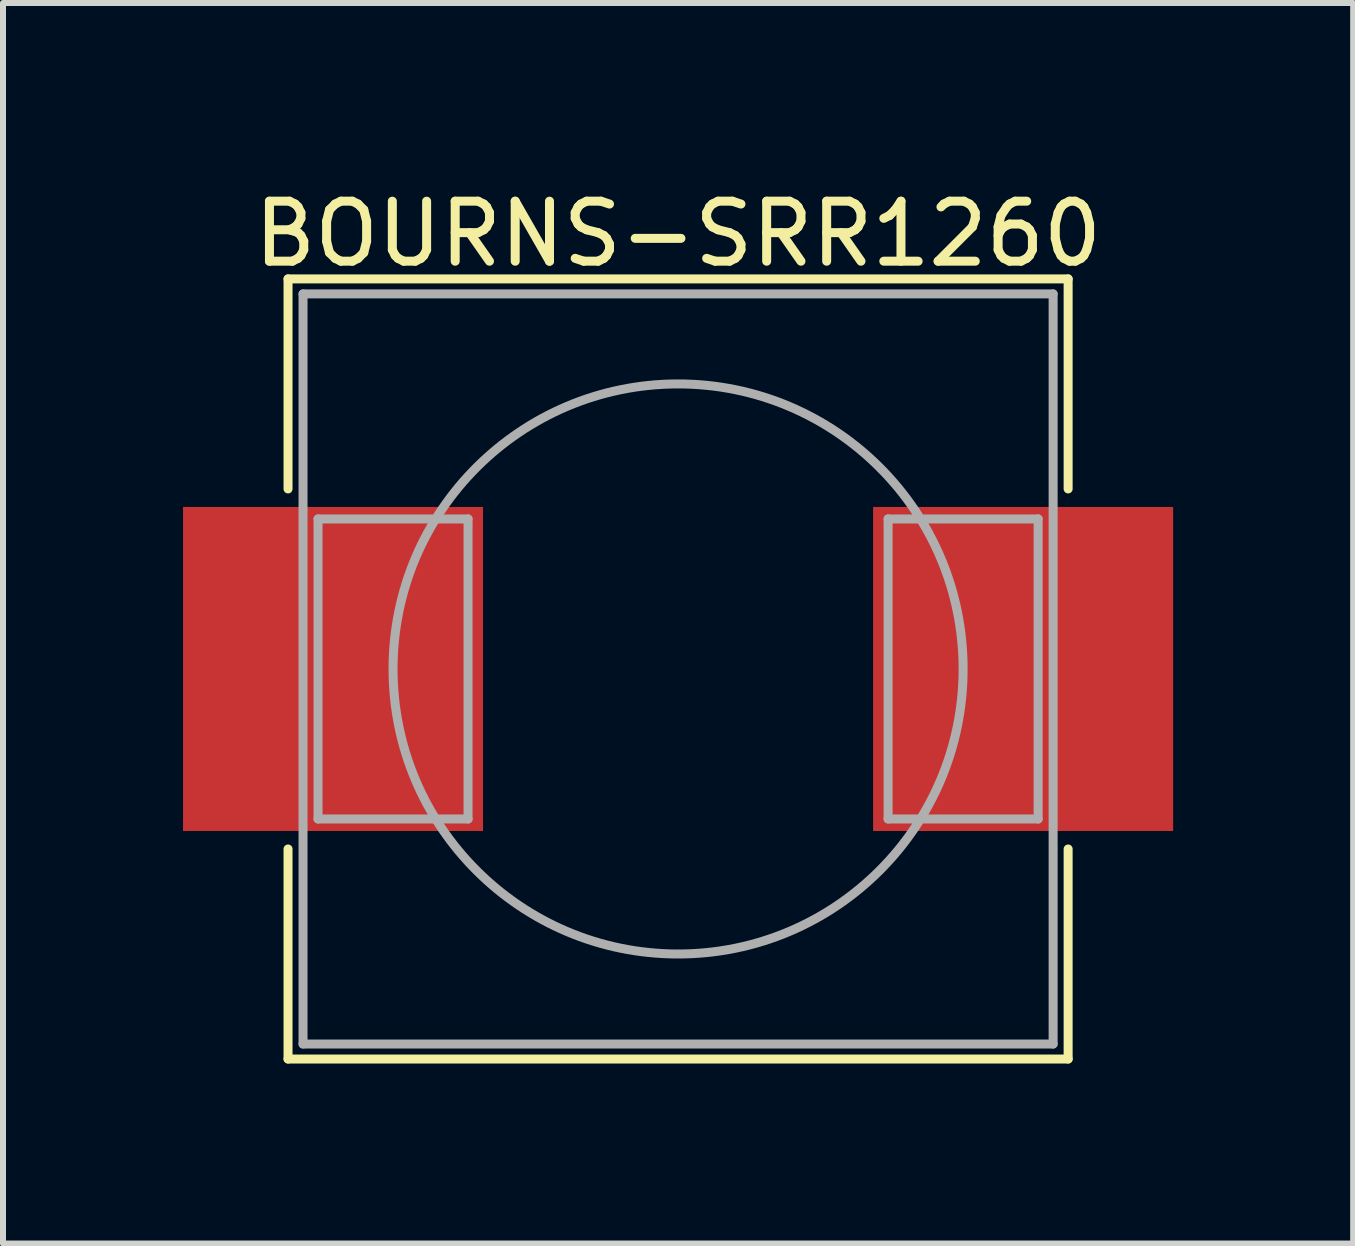
<source format=kicad_pcb>
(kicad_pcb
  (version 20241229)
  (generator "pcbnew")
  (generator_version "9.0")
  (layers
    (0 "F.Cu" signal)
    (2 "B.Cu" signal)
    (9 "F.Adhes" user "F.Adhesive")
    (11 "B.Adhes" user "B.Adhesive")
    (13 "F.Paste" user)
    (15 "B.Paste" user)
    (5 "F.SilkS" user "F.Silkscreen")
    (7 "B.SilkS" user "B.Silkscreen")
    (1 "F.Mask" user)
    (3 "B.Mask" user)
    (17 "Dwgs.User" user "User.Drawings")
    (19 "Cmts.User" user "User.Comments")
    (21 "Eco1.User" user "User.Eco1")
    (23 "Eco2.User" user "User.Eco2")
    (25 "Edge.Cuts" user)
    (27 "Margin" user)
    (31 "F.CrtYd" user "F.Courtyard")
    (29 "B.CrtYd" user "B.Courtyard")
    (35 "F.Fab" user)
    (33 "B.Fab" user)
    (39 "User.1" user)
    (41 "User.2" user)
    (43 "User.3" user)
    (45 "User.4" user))
  (footprint "BOURNS-SRR1260"
    (layer "F.Cu")
    (at 8.25 8.098)
    (property "Reference" "BOURNS-SRR1260" (at 0 -7.25 0) (layer "F.SilkS") (effects (font (size 1 1) (thickness 0.15))))
    (attr through_hole)
    (fp_line (start -6.5 -6.5) (end 6.5 -6.5) (stroke (width 0.15) (type solid)) (layer "F.SilkS"))
    (fp_line (start -6.5 -3) (end -6.5 -6.5) (stroke (width 0.15) (type solid)) (layer "F.SilkS"))
    (fp_line (start -6.5 3) (end -6.5 6.5) (stroke (width 0.15) (type solid)) (layer "F.SilkS"))
    (fp_line (start -6.5 6.5) (end 6.5 6.5) (stroke (width 0.15) (type solid)) (layer "F.SilkS"))
    (fp_line (start 6.5 -6.5) (end 6.5 -3) (stroke (width 0.15) (type solid)) (layer "F.SilkS"))
    (fp_line (start 6.5 3) (end 6.5 6.5) (stroke (width 0.15) (type solid)) (layer "F.SilkS"))
    (fp_line (start -6.25 -6.25) (end 6.25 -6.25) (stroke (width 0.15) (type solid)) (layer "F.Fab"))
    (fp_line (start -6.25 6.25) (end -6.25 -6.25) (stroke (width 0.15) (type solid)) (layer "F.Fab"))
    (fp_line (start -6 -2.5) (end -6 2.5) (stroke (width 0.15) (type solid)) (layer "F.Fab"))
    (fp_line (start -6 -2.5) (end -3.5 -2.5) (stroke (width 0.15) (type solid)) (layer "F.Fab"))
    (fp_line (start -3.5 -2.5) (end -3.5 2.5) (stroke (width 0.15) (type solid)) (layer "F.Fab"))
    (fp_line (start -3.5 2.5) (end -6 2.5) (stroke (width 0.15) (type solid)) (layer "F.Fab"))
    (fp_line (start 3.5 -2.5) (end 3.5 2.5) (stroke (width 0.15) (type solid)) (layer "F.Fab"))
    (fp_line (start 6 -2.5) (end 3.5 -2.5) (stroke (width 0.15) (type solid)) (layer "F.Fab"))
    (fp_line (start 6 -2.5) (end 6 2.5) (stroke (width 0.15) (type solid)) (layer "F.Fab"))
    (fp_line (start 6 2.5) (end 3.5 2.5) (stroke (width 0.15) (type solid)) (layer "F.Fab"))
    (fp_line (start 6.25 -6.25) (end 6.25 6.25) (stroke (width 0.15) (type solid)) (layer "F.Fab"))
    (fp_line (start 6.25 6.25) (end -6.25 6.25) (stroke (width 0.15) (type solid)) (layer "F.Fab"))
    (fp_circle (center 0 0) (end 4.75 0) (stroke (width 0.15) (type solid)) (fill no) (layer "F.Fab"))
    (pad "1" smd rect (at -5.75 0) (size 5 5.4) (layers "F.Cu" "F.Mask" "F.Paste"))
    (pad "2" smd rect (at 5.75 0) (size 5 5.4) (layers "F.Cu" "F.Mask" "F.Paste")))
  (gr_rect
    (start -3 -3)
    (end 19.5 17.673)
    (stroke (width 0.1) (type default))
    (fill no)
    (layer "Edge.Cuts")))
</source>
